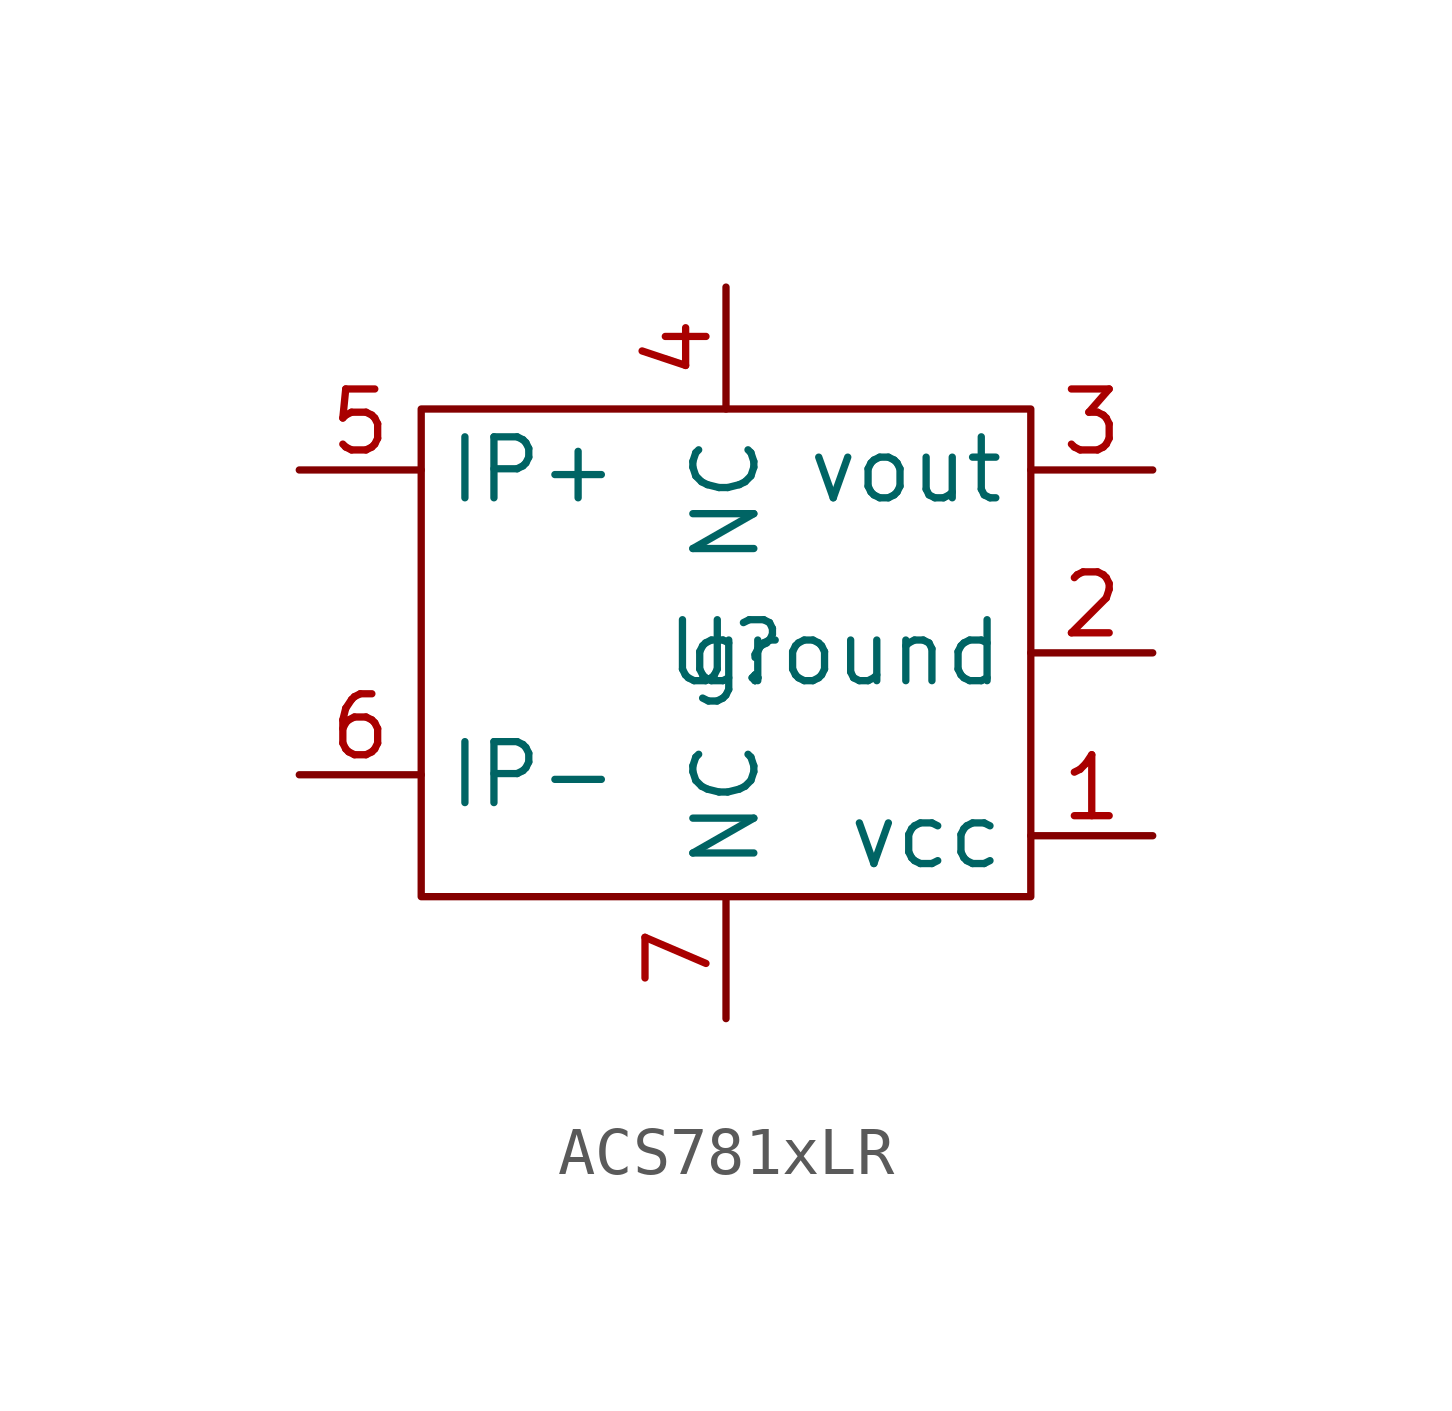
<source format=kicad_sym>
(kicad_symbol_lib
  (version 20220914)
  (generator kicad_symbol_editor)
  (symbol "ACS781xLR"
    (property "Reference" "U"
      (at 0 0 0)
      (effects (font (size 1.27 1.27))))
    (property "Value" ""
      (at 0 0 0)
      (effects (font (size 1.27 1.27))))
    (symbol "ACS781xLR_0_1"
      (rectangle (start -6.35 5.08) (end 6.35 -5.08) (stroke (width 0) (type default)) (fill (type none))))
    (symbol "ACS781xLR_1_1"
      (pin power_in line (at 8.89 -3.81 180) (length 2.54) (name "vcc" (effects (font (size 1.27 1.27)))) (number "1" (effects (font (size 1.27 1.27)))))
      (pin passive line (at 8.89 0 180) (length 2.54) (name "ground" (effects (font (size 1.27 1.27)))) (number "2" (effects (font (size 1.27 1.27)))))
      (pin power_out line (at 8.89 3.81 180) (length 2.54) (name "vout" (effects (font (size 1.27 1.27)))) (number "3" (effects (font (size 1.27 1.27)))))
      (pin passive line (at 0 7.62 270) (length 2.54) (name "NC" (effects (font (size 1.27 1.27)))) (number "4" (effects (font (size 1.27 1.27)))))
      (pin input line (at -8.89 3.81 0) (length 2.54) (name "IP+" (effects (font (size 1.27 1.27)))) (number "5" (effects (font (size 1.27 1.27)))))
      (pin input line (at -8.89 -2.54 0) (length 2.54) (name "IP-" (effects (font (size 1.27 1.27)))) (number "6" (effects (font (size 1.27 1.27)))))
      (pin passive line (at 0 -7.62 90) (length 2.54) (name "NC" (effects (font (size 1.27 1.27)))) (number "7" (effects (font (size 1.27 1.27))))))))
</source>
